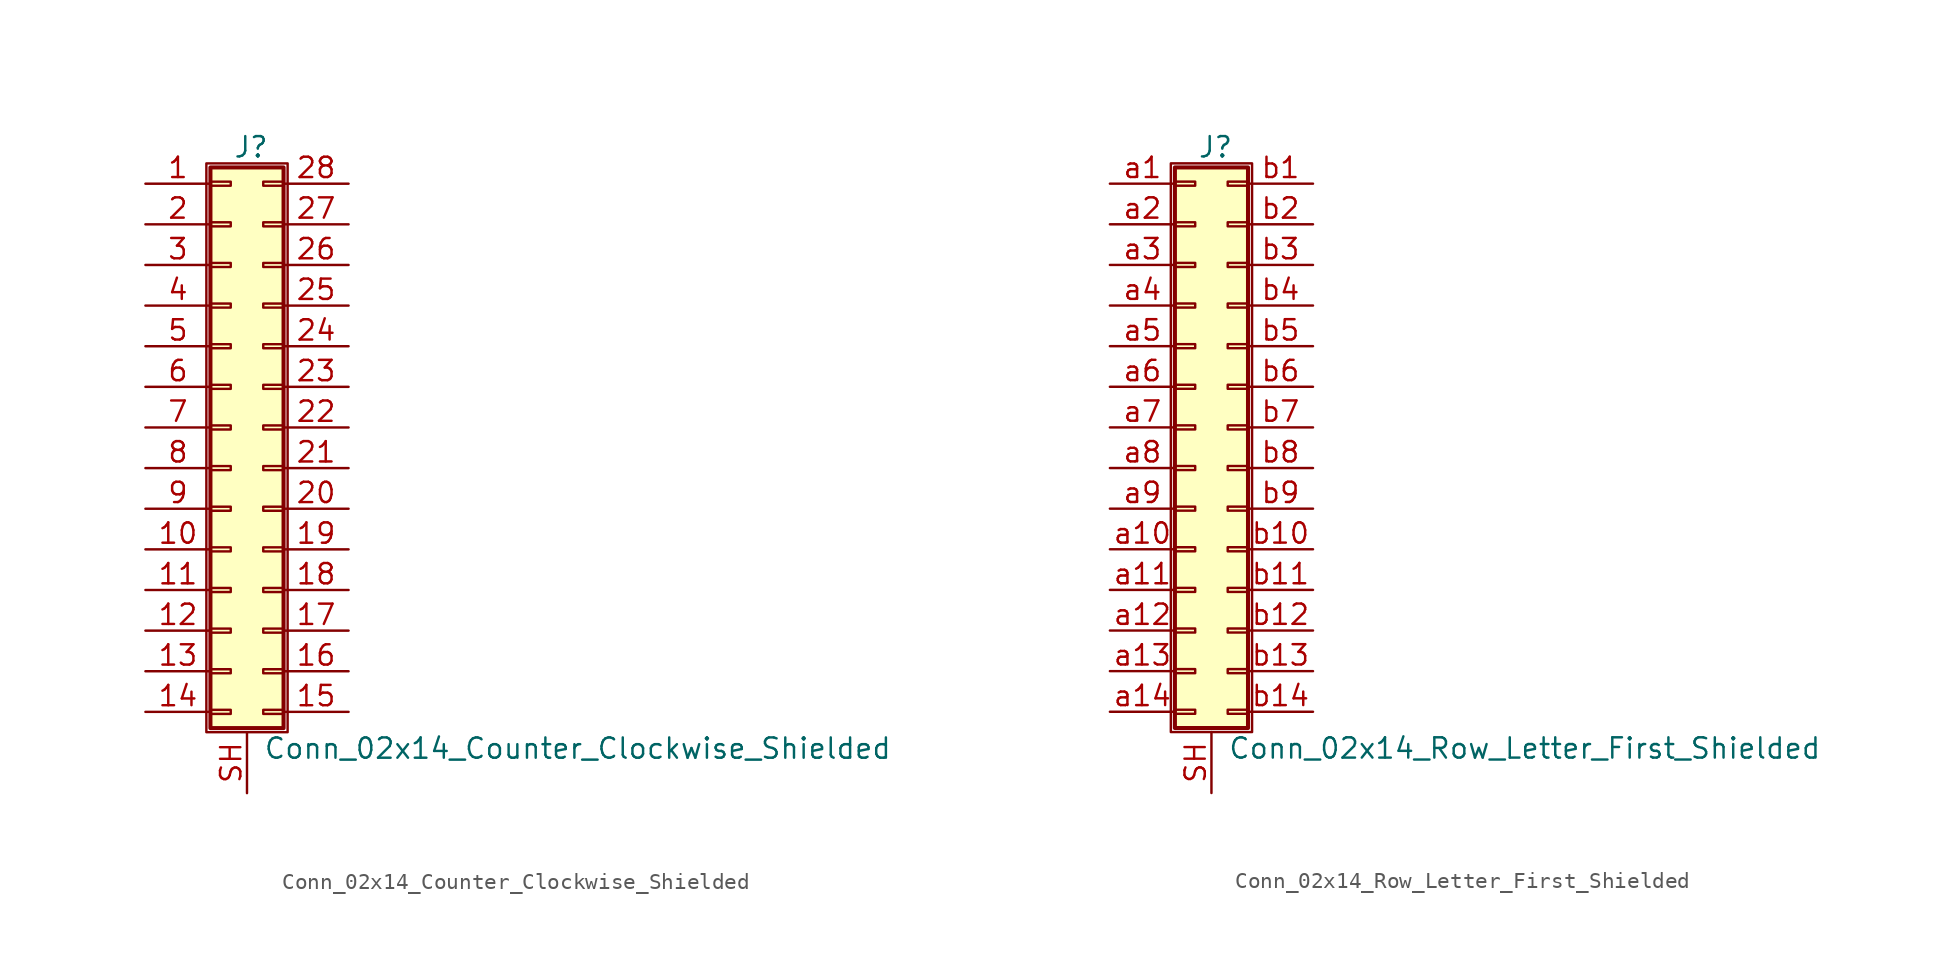
<source format=kicad_sym>
(kicad_symbol_lib
  (version 20220914)
  (generator kicad_symbol_editor)
  (symbol "Conn_02x14_Counter_Clockwise_Shielded"
    (pin_names
      (offset 1.016) hide)
    (property "Reference" "J"
      (at 1.524 17.526 0)
      (effects (font (size 1.27 1.27))))
    (property "Value" "Conn_02x14_Counter_Clockwise_Shielded"
      (at 2.286 -20.066 0)
      (effects (font (size 1.27 1.27)) (justify left)))
    (symbol "Conn_02x14_Counter_Clockwise_Shielded_1_1"
      (rectangle (start -1.27 16.51) (end 3.81 -19.05) (stroke (width 0.152) (type default)) (fill (type none)))
      (rectangle (start -1.016 -17.653) (end 0.254 -17.907) (stroke (width 0.152) (type default)) (fill (type none)))
      (rectangle (start -1.016 -15.113) (end 0.254 -15.367) (stroke (width 0.152) (type default)) (fill (type none)))
      (rectangle (start -1.016 -12.573) (end 0.254 -12.827) (stroke (width 0.152) (type default)) (fill (type none)))
      (rectangle (start -1.016 -10.033) (end 0.254 -10.287) (stroke (width 0.152) (type default)) (fill (type none)))
      (rectangle (start -1.016 -7.493) (end 0.254 -7.747) (stroke (width 0.152) (type default)) (fill (type none)))
      (rectangle (start -1.016 -4.953) (end 0.254 -5.207) (stroke (width 0.152) (type default)) (fill (type none)))
      (rectangle (start -1.016 -2.413) (end 0.254 -2.667) (stroke (width 0.152) (type default)) (fill (type none)))
      (rectangle (start -1.016 0.127) (end 0.254 -0.127) (stroke (width 0.152) (type default)) (fill (type none)))
      (rectangle (start -1.016 2.667) (end 0.254 2.413) (stroke (width 0.152) (type default)) (fill (type none)))
      (rectangle (start -1.016 5.207) (end 0.254 4.953) (stroke (width 0.152) (type default)) (fill (type none)))
      (rectangle (start -1.016 7.747) (end 0.254 7.493) (stroke (width 0.152) (type default)) (fill (type none)))
      (rectangle (start -1.016 10.287) (end 0.254 10.033) (stroke (width 0.152) (type default)) (fill (type none)))
      (rectangle (start -1.016 12.827) (end 0.254 12.573) (stroke (width 0.152) (type default)) (fill (type none)))
      (rectangle (start -1.016 15.367) (end 0.254 15.113) (stroke (width 0.152) (type default)) (fill (type none)))
      (rectangle (start -1.016 16.256) (end 3.556 -18.796) (stroke (width 0.254) (type default)) (fill (type background)))
      (rectangle (start 3.556 -17.653) (end 2.286 -17.907) (stroke (width 0.152) (type default)) (fill (type none)))
      (rectangle (start 3.556 -15.113) (end 2.286 -15.367) (stroke (width 0.152) (type default)) (fill (type none)))
      (rectangle (start 3.556 -12.573) (end 2.286 -12.827) (stroke (width 0.152) (type default)) (fill (type none)))
      (rectangle (start 3.556 -10.033) (end 2.286 -10.287) (stroke (width 0.152) (type default)) (fill (type none)))
      (rectangle (start 3.556 -7.493) (end 2.286 -7.747) (stroke (width 0.152) (type default)) (fill (type none)))
      (rectangle (start 3.556 -4.953) (end 2.286 -5.207) (stroke (width 0.152) (type default)) (fill (type none)))
      (rectangle (start 3.556 -2.413) (end 2.286 -2.667) (stroke (width 0.152) (type default)) (fill (type none)))
      (rectangle (start 3.556 0.127) (end 2.286 -0.127) (stroke (width 0.152) (type default)) (fill (type none)))
      (rectangle (start 3.556 2.667) (end 2.286 2.413) (stroke (width 0.152) (type default)) (fill (type none)))
      (rectangle (start 3.556 5.207) (end 2.286 4.953) (stroke (width 0.152) (type default)) (fill (type none)))
      (rectangle (start 3.556 7.747) (end 2.286 7.493) (stroke (width 0.152) (type default)) (fill (type none)))
      (rectangle (start 3.556 10.287) (end 2.286 10.033) (stroke (width 0.152) (type default)) (fill (type none)))
      (rectangle (start 3.556 12.827) (end 2.286 12.573) (stroke (width 0.152) (type default)) (fill (type none)))
      (rectangle (start 3.556 15.367) (end 2.286 15.113) (stroke (width 0.152) (type default)) (fill (type none)))
      (pin passive line (at -5.08 15.24 0) (length 4.064) (name "Pin_1" (effects (font (size 1.27 1.27)))) (number "1" (effects (font (size 1.27 1.27)))))
      (pin passive line (at -5.08 -7.62 0) (length 4.064) (name "Pin_10" (effects (font (size 1.27 1.27)))) (number "10" (effects (font (size 1.27 1.27)))))
      (pin passive line (at -5.08 -10.16 0) (length 4.064) (name "Pin_11" (effects (font (size 1.27 1.27)))) (number "11" (effects (font (size 1.27 1.27)))))
      (pin passive line (at -5.08 -12.7 0) (length 4.064) (name "Pin_12" (effects (font (size 1.27 1.27)))) (number "12" (effects (font (size 1.27 1.27)))))
      (pin passive line (at -5.08 -15.24 0) (length 4.064) (name "Pin_13" (effects (font (size 1.27 1.27)))) (number "13" (effects (font (size 1.27 1.27)))))
      (pin passive line (at -5.08 -17.78 0) (length 4.064) (name "Pin_14" (effects (font (size 1.27 1.27)))) (number "14" (effects (font (size 1.27 1.27)))))
      (pin passive line (at 7.62 -17.78 180) (length 4.064) (name "Pin_15" (effects (font (size 1.27 1.27)))) (number "15" (effects (font (size 1.27 1.27)))))
      (pin passive line (at 7.62 -15.24 180) (length 4.064) (name "Pin_16" (effects (font (size 1.27 1.27)))) (number "16" (effects (font (size 1.27 1.27)))))
      (pin passive line (at 7.62 -12.7 180) (length 4.064) (name "Pin_17" (effects (font (size 1.27 1.27)))) (number "17" (effects (font (size 1.27 1.27)))))
      (pin passive line (at 7.62 -10.16 180) (length 4.064) (name "Pin_18" (effects (font (size 1.27 1.27)))) (number "18" (effects (font (size 1.27 1.27)))))
      (pin passive line (at 7.62 -7.62 180) (length 4.064) (name "Pin_19" (effects (font (size 1.27 1.27)))) (number "19" (effects (font (size 1.27 1.27)))))
      (pin passive line (at -5.08 12.7 0) (length 4.064) (name "Pin_2" (effects (font (size 1.27 1.27)))) (number "2" (effects (font (size 1.27 1.27)))))
      (pin passive line (at 7.62 -5.08 180) (length 4.064) (name "Pin_20" (effects (font (size 1.27 1.27)))) (number "20" (effects (font (size 1.27 1.27)))))
      (pin passive line (at 7.62 -2.54 180) (length 4.064) (name "Pin_21" (effects (font (size 1.27 1.27)))) (number "21" (effects (font (size 1.27 1.27)))))
      (pin passive line (at 7.62 0 180) (length 4.064) (name "Pin_22" (effects (font (size 1.27 1.27)))) (number "22" (effects (font (size 1.27 1.27)))))
      (pin passive line (at 7.62 2.54 180) (length 4.064) (name "Pin_23" (effects (font (size 1.27 1.27)))) (number "23" (effects (font (size 1.27 1.27)))))
      (pin passive line (at 7.62 5.08 180) (length 4.064) (name "Pin_24" (effects (font (size 1.27 1.27)))) (number "24" (effects (font (size 1.27 1.27)))))
      (pin passive line (at 7.62 7.62 180) (length 4.064) (name "Pin_25" (effects (font (size 1.27 1.27)))) (number "25" (effects (font (size 1.27 1.27)))))
      (pin passive line (at 7.62 10.16 180) (length 4.064) (name "Pin_26" (effects (font (size 1.27 1.27)))) (number "26" (effects (font (size 1.27 1.27)))))
      (pin passive line (at 7.62 12.7 180) (length 4.064) (name "Pin_27" (effects (font (size 1.27 1.27)))) (number "27" (effects (font (size 1.27 1.27)))))
      (pin passive line (at 7.62 15.24 180) (length 4.064) (name "Pin_28" (effects (font (size 1.27 1.27)))) (number "28" (effects (font (size 1.27 1.27)))))
      (pin passive line (at -5.08 10.16 0) (length 4.064) (name "Pin_3" (effects (font (size 1.27 1.27)))) (number "3" (effects (font (size 1.27 1.27)))))
      (pin passive line (at -5.08 7.62 0) (length 4.064) (name "Pin_4" (effects (font (size 1.27 1.27)))) (number "4" (effects (font (size 1.27 1.27)))))
      (pin passive line (at -5.08 5.08 0) (length 4.064) (name "Pin_5" (effects (font (size 1.27 1.27)))) (number "5" (effects (font (size 1.27 1.27)))))
      (pin passive line (at -5.08 2.54 0) (length 4.064) (name "Pin_6" (effects (font (size 1.27 1.27)))) (number "6" (effects (font (size 1.27 1.27)))))
      (pin passive line (at -5.08 0 0) (length 4.064) (name "Pin_7" (effects (font (size 1.27 1.27)))) (number "7" (effects (font (size 1.27 1.27)))))
      (pin passive line (at -5.08 -2.54 0) (length 4.064) (name "Pin_8" (effects (font (size 1.27 1.27)))) (number "8" (effects (font (size 1.27 1.27)))))
      (pin passive line (at -5.08 -5.08 0) (length 4.064) (name "Pin_9" (effects (font (size 1.27 1.27)))) (number "9" (effects (font (size 1.27 1.27)))))
      (pin passive line (at 1.27 -22.86 90) (length 3.81) (name "Shield" (effects (font (size 1.27 1.27)))) (number "SH" (effects (font (size 1.27 1.27)))))))
  (symbol "Conn_02x14_Row_Letter_First_Shielded"
    (pin_names
      (offset 1.016) hide)
    (property "Reference" "J"
      (at 1.524 17.526 0)
      (effects (font (size 1.27 1.27))))
    (property "Value" "Conn_02x14_Row_Letter_First_Shielded"
      (at 2.286 -20.066 0)
      (effects (font (size 1.27 1.27)) (justify left)))
    (symbol "Conn_02x14_Row_Letter_First_Shielded_1_1"
      (rectangle (start -1.27 16.51) (end 3.81 -19.05) (stroke (width 0.152) (type default)) (fill (type none)))
      (rectangle (start -1.016 -17.653) (end 0.254 -17.907) (stroke (width 0.152) (type default)) (fill (type none)))
      (rectangle (start -1.016 -15.113) (end 0.254 -15.367) (stroke (width 0.152) (type default)) (fill (type none)))
      (rectangle (start -1.016 -12.573) (end 0.254 -12.827) (stroke (width 0.152) (type default)) (fill (type none)))
      (rectangle (start -1.016 -10.033) (end 0.254 -10.287) (stroke (width 0.152) (type default)) (fill (type none)))
      (rectangle (start -1.016 -7.493) (end 0.254 -7.747) (stroke (width 0.152) (type default)) (fill (type none)))
      (rectangle (start -1.016 -4.953) (end 0.254 -5.207) (stroke (width 0.152) (type default)) (fill (type none)))
      (rectangle (start -1.016 -2.413) (end 0.254 -2.667) (stroke (width 0.152) (type default)) (fill (type none)))
      (rectangle (start -1.016 0.127) (end 0.254 -0.127) (stroke (width 0.152) (type default)) (fill (type none)))
      (rectangle (start -1.016 2.667) (end 0.254 2.413) (stroke (width 0.152) (type default)) (fill (type none)))
      (rectangle (start -1.016 5.207) (end 0.254 4.953) (stroke (width 0.152) (type default)) (fill (type none)))
      (rectangle (start -1.016 7.747) (end 0.254 7.493) (stroke (width 0.152) (type default)) (fill (type none)))
      (rectangle (start -1.016 10.287) (end 0.254 10.033) (stroke (width 0.152) (type default)) (fill (type none)))
      (rectangle (start -1.016 12.827) (end 0.254 12.573) (stroke (width 0.152) (type default)) (fill (type none)))
      (rectangle (start -1.016 15.367) (end 0.254 15.113) (stroke (width 0.152) (type default)) (fill (type none)))
      (rectangle (start -1.016 16.256) (end 3.556 -18.796) (stroke (width 0.254) (type default)) (fill (type background)))
      (rectangle (start 3.556 -17.653) (end 2.286 -17.907) (stroke (width 0.152) (type default)) (fill (type none)))
      (rectangle (start 3.556 -15.113) (end 2.286 -15.367) (stroke (width 0.152) (type default)) (fill (type none)))
      (rectangle (start 3.556 -12.573) (end 2.286 -12.827) (stroke (width 0.152) (type default)) (fill (type none)))
      (rectangle (start 3.556 -10.033) (end 2.286 -10.287) (stroke (width 0.152) (type default)) (fill (type none)))
      (rectangle (start 3.556 -7.493) (end 2.286 -7.747) (stroke (width 0.152) (type default)) (fill (type none)))
      (rectangle (start 3.556 -4.953) (end 2.286 -5.207) (stroke (width 0.152) (type default)) (fill (type none)))
      (rectangle (start 3.556 -2.413) (end 2.286 -2.667) (stroke (width 0.152) (type default)) (fill (type none)))
      (rectangle (start 3.556 0.127) (end 2.286 -0.127) (stroke (width 0.152) (type default)) (fill (type none)))
      (rectangle (start 3.556 2.667) (end 2.286 2.413) (stroke (width 0.152) (type default)) (fill (type none)))
      (rectangle (start 3.556 5.207) (end 2.286 4.953) (stroke (width 0.152) (type default)) (fill (type none)))
      (rectangle (start 3.556 7.747) (end 2.286 7.493) (stroke (width 0.152) (type default)) (fill (type none)))
      (rectangle (start 3.556 10.287) (end 2.286 10.033) (stroke (width 0.152) (type default)) (fill (type none)))
      (rectangle (start 3.556 12.827) (end 2.286 12.573) (stroke (width 0.152) (type default)) (fill (type none)))
      (rectangle (start 3.556 15.367) (end 2.286 15.113) (stroke (width 0.152) (type default)) (fill (type none)))
      (pin passive line (at 1.27 -22.86 90) (length 3.81) (name "Shield" (effects (font (size 1.27 1.27)))) (number "SH" (effects (font (size 1.27 1.27)))))
      (pin passive line (at -5.08 15.24 0) (length 4.064) (name "Pin_a1" (effects (font (size 1.27 1.27)))) (number "a1" (effects (font (size 1.27 1.27)))))
      (pin passive line (at -5.08 -7.62 0) (length 4.064) (name "Pin_a10" (effects (font (size 1.27 1.27)))) (number "a10" (effects (font (size 1.27 1.27)))))
      (pin passive line (at -5.08 -10.16 0) (length 4.064) (name "Pin_a11" (effects (font (size 1.27 1.27)))) (number "a11" (effects (font (size 1.27 1.27)))))
      (pin passive line (at -5.08 -12.7 0) (length 4.064) (name "Pin_a12" (effects (font (size 1.27 1.27)))) (number "a12" (effects (font (size 1.27 1.27)))))
      (pin passive line (at -5.08 -15.24 0) (length 4.064) (name "Pin_a13" (effects (font (size 1.27 1.27)))) (number "a13" (effects (font (size 1.27 1.27)))))
      (pin passive line (at -5.08 -17.78 0) (length 4.064) (name "Pin_a14" (effects (font (size 1.27 1.27)))) (number "a14" (effects (font (size 1.27 1.27)))))
      (pin passive line (at -5.08 12.7 0) (length 4.064) (name "Pin_a2" (effects (font (size 1.27 1.27)))) (number "a2" (effects (font (size 1.27 1.27)))))
      (pin passive line (at -5.08 10.16 0) (length 4.064) (name "Pin_a3" (effects (font (size 1.27 1.27)))) (number "a3" (effects (font (size 1.27 1.27)))))
      (pin passive line (at -5.08 7.62 0) (length 4.064) (name "Pin_a4" (effects (font (size 1.27 1.27)))) (number "a4" (effects (font (size 1.27 1.27)))))
      (pin passive line (at -5.08 5.08 0) (length 4.064) (name "Pin_a5" (effects (font (size 1.27 1.27)))) (number "a5" (effects (font (size 1.27 1.27)))))
      (pin passive line (at -5.08 2.54 0) (length 4.064) (name "Pin_a6" (effects (font (size 1.27 1.27)))) (number "a6" (effects (font (size 1.27 1.27)))))
      (pin passive line (at -5.08 0 0) (length 4.064) (name "Pin_a7" (effects (font (size 1.27 1.27)))) (number "a7" (effects (font (size 1.27 1.27)))))
      (pin passive line (at -5.08 -2.54 0) (length 4.064) (name "Pin_a8" (effects (font (size 1.27 1.27)))) (number "a8" (effects (font (size 1.27 1.27)))))
      (pin passive line (at -5.08 -5.08 0) (length 4.064) (name "Pin_a9" (effects (font (size 1.27 1.27)))) (number "a9" (effects (font (size 1.27 1.27)))))
      (pin passive line (at 7.62 15.24 180) (length 4.064) (name "Pin_b1" (effects (font (size 1.27 1.27)))) (number "b1" (effects (font (size 1.27 1.27)))))
      (pin passive line (at 7.62 -7.62 180) (length 4.064) (name "Pin_b10" (effects (font (size 1.27 1.27)))) (number "b10" (effects (font (size 1.27 1.27)))))
      (pin passive line (at 7.62 -10.16 180) (length 4.064) (name "Pin_b11" (effects (font (size 1.27 1.27)))) (number "b11" (effects (font (size 1.27 1.27)))))
      (pin passive line (at 7.62 -12.7 180) (length 4.064) (name "Pin_b12" (effects (font (size 1.27 1.27)))) (number "b12" (effects (font (size 1.27 1.27)))))
      (pin passive line (at 7.62 -15.24 180) (length 4.064) (name "Pin_b13" (effects (font (size 1.27 1.27)))) (number "b13" (effects (font (size 1.27 1.27)))))
      (pin passive line (at 7.62 -17.78 180) (length 4.064) (name "Pin_b14" (effects (font (size 1.27 1.27)))) (number "b14" (effects (font (size 1.27 1.27)))))
      (pin passive line (at 7.62 12.7 180) (length 4.064) (name "Pin_b2" (effects (font (size 1.27 1.27)))) (number "b2" (effects (font (size 1.27 1.27)))))
      (pin passive line (at 7.62 10.16 180) (length 4.064) (name "Pin_b3" (effects (font (size 1.27 1.27)))) (number "b3" (effects (font (size 1.27 1.27)))))
      (pin passive line (at 7.62 7.62 180) (length 4.064) (name "Pin_b4" (effects (font (size 1.27 1.27)))) (number "b4" (effects (font (size 1.27 1.27)))))
      (pin passive line (at 7.62 5.08 180) (length 4.064) (name "Pin_b5" (effects (font (size 1.27 1.27)))) (number "b5" (effects (font (size 1.27 1.27)))))
      (pin passive line (at 7.62 2.54 180) (length 4.064) (name "Pin_b6" (effects (font (size 1.27 1.27)))) (number "b6" (effects (font (size 1.27 1.27)))))
      (pin passive line (at 7.62 0 180) (length 4.064) (name "Pin_b7" (effects (font (size 1.27 1.27)))) (number "b7" (effects (font (size 1.27 1.27)))))
      (pin passive line (at 7.62 -2.54 180) (length 4.064) (name "Pin_b8" (effects (font (size 1.27 1.27)))) (number "b8" (effects (font (size 1.27 1.27)))))
      (pin passive line (at 7.62 -5.08 180) (length 4.064) (name "Pin_b9" (effects (font (size 1.27 1.27)))) (number "b9" (effects (font (size 1.27 1.27))))))))
</source>
